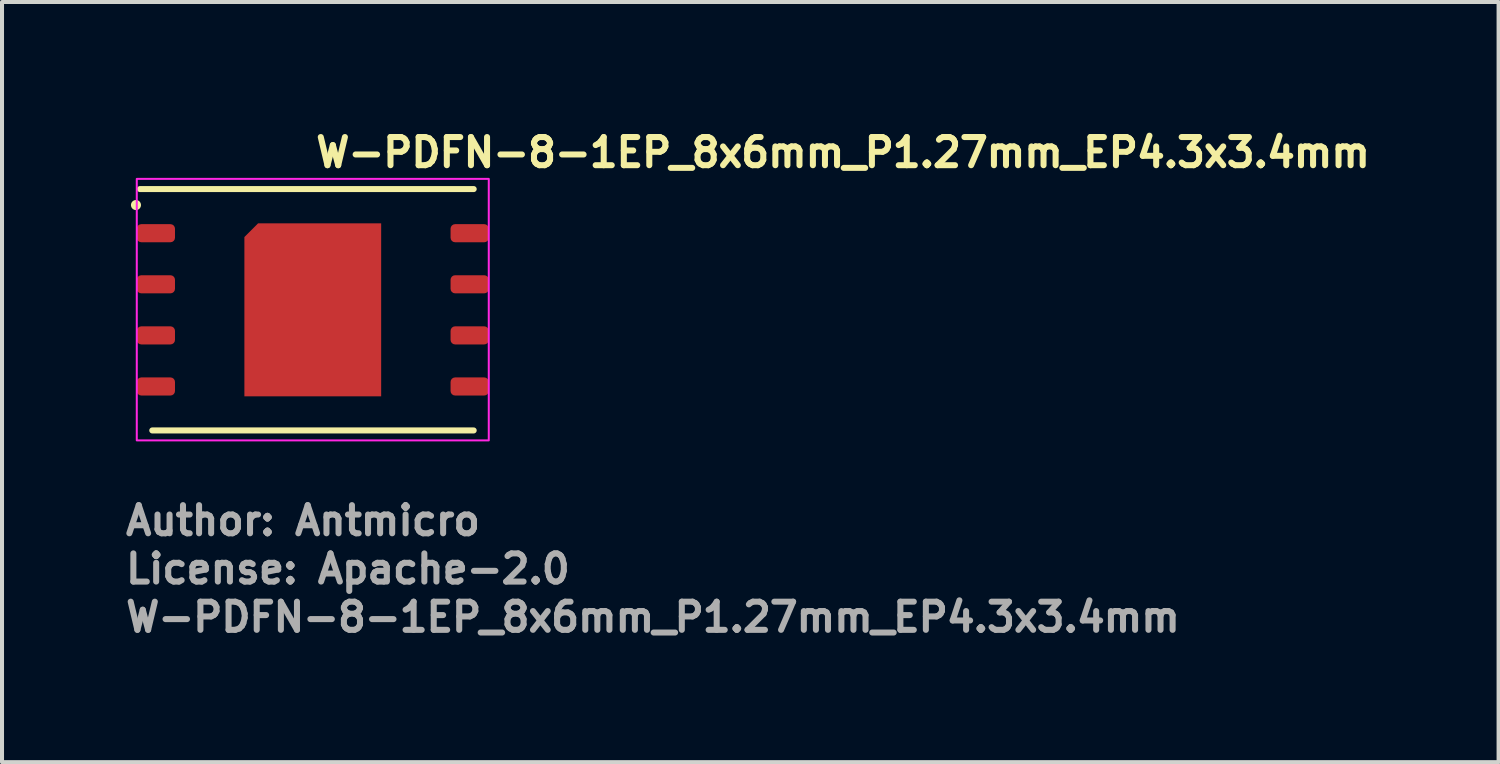
<source format=kicad_pcb>
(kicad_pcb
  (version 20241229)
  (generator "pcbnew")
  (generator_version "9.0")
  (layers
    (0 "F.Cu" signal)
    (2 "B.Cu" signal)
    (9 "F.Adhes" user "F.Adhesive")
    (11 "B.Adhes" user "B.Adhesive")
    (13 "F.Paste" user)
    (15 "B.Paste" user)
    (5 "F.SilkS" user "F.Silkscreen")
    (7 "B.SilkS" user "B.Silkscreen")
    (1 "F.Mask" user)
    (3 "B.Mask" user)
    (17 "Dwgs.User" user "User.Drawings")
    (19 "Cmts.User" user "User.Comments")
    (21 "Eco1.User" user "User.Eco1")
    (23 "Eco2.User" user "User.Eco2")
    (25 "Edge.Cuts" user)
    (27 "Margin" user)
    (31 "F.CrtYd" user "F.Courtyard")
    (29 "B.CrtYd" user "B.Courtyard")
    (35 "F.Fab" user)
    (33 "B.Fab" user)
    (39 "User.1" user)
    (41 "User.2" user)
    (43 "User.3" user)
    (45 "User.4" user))
  (footprint "W-PDFN-8-1EP_8x6mm_P1.27mm_EP4.3x3.4mm"
    (layer "F.Cu")
    (at 4.73 4.647)
    (property "Reference" "W-PDFN-8-1EP_8x6mm_P1.27mm_EP4.3x3.4mm" (at -0.005 -3.497 0) (layer "F.SilkS") (effects (font (size 0.7 0.7) (thickness 0.15)) (justify left bottom)))
    (attr smd)
    (fp_line (start -4.3 -2.997) (end 3.995 -2.997) (stroke (width 0.15) (type solid)) (layer "F.SilkS"))
    (fp_line (start -3.995 3.003) (end 3.995 3.003) (stroke (width 0.15) (type solid)) (layer "F.SilkS"))
    (fp_circle (center -4.4 -2.6) (end -4.35 -2.6) (stroke (width 0.15) (type solid)) (fill yes) (layer "F.SilkS"))
    (fp_rect (start -4.38 -3.25) (end 4.37 3.25) (stroke (width 0.05) (type solid)) (fill no) (layer "F.CrtYd"))
    (fp_line (start -4.005 -2.297) (end -3.305 -2.997) (stroke (width 0.1) (type solid)) (layer "User.5"))
    (fp_rect (start -4.025 -3) (end 4.025 3) (stroke (width 0.1) (type solid)) (fill no) (layer "User.5"))
    (fp_line (start -4.025 -2.105) (end -4.025 -1.705) (stroke (width 0.02) (type solid)) (layer "User.9"))
    (fp_line (start -4.025 -1.705) (end -3.997 -1.705) (stroke (width 0.02) (type solid)) (layer "User.9"))
    (fp_line (start -4.025 -0.835) (end -4.025 -0.435) (stroke (width 0.02) (type solid)) (layer "User.9"))
    (fp_line (start -4.025 -0.435) (end -3.997 -0.435) (stroke (width 0.02) (type solid)) (layer "User.9"))
    (fp_line (start -4.025 0.435) (end -4.025 0.835) (stroke (width 0.02) (type solid)) (layer "User.9"))
    (fp_line (start -4.025 0.835) (end -3.997 0.835) (stroke (width 0.02) (type solid)) (layer "User.9"))
    (fp_line (start -4.025 1.705) (end -4.025 2.105) (stroke (width 0.02) (type solid)) (layer "User.9"))
    (fp_line (start -4.025 2.105) (end -3.997 2.105) (stroke (width 0.02) (type solid)) (layer "User.9"))
    (fp_line (start -3.997 -3) (end -3.997 3) (stroke (width 0.02) (type solid)) (layer "User.9"))
    (fp_line (start -3.997 -2.105) (end -4.025 -2.105) (stroke (width 0.02) (type solid)) (layer "User.9"))
    (fp_line (start -3.997 -0.835) (end -4.025 -0.835) (stroke (width 0.02) (type solid)) (layer "User.9"))
    (fp_line (start -3.997 0.435) (end -4.025 0.435) (stroke (width 0.02) (type solid)) (layer "User.9"))
    (fp_line (start -3.997 1.705) (end -4.025 1.705) (stroke (width 0.02) (type solid)) (layer "User.9"))
    (fp_line (start -3.997 3) (end 4.003 3) (stroke (width 0.02) (type solid)) (layer "User.9"))
    (fp_line (start -3.27 -2.291) (end -3.27 -2.285) (stroke (width 0.02) (type solid)) (layer "User.9"))
    (fp_line (start -3.27 -2.285) (end -3.27 -2.278) (stroke (width 0.02) (type solid)) (layer "User.9"))
    (fp_line (start -3.27 -2.278) (end -3.269 -2.272) (stroke (width 0.02) (type solid)) (layer "User.9"))
    (fp_line (start -3.269 -2.298) (end -3.27 -2.291) (stroke (width 0.02) (type solid)) (layer "User.9"))
    (fp_line (start -3.269 -2.272) (end -3.268 -2.266) (stroke (width 0.02) (type solid)) (layer "User.9"))
    (fp_line (start -3.268 -2.304) (end -3.269 -2.298) (stroke (width 0.02) (type solid)) (layer "User.9"))
    (fp_line (start -3.268 -2.266) (end -3.267 -2.259) (stroke (width 0.02) (type solid)) (layer "User.9"))
    (fp_line (start -3.267 -2.311) (end -3.268 -2.304) (stroke (width 0.02) (type solid)) (layer "User.9"))
    (fp_line (start -3.267 -2.259) (end -3.265 -2.253) (stroke (width 0.02) (type solid)) (layer "User.9"))
    (fp_line (start -3.265 -2.317) (end -3.267 -2.311) (stroke (width 0.02) (type solid)) (layer "User.9"))
    (fp_line (start -3.265 -2.253) (end -3.262 -2.247) (stroke (width 0.02) (type solid)) (layer "User.9"))
    (fp_line (start -3.262 -2.323) (end -3.265 -2.317) (stroke (width 0.02) (type solid)) (layer "User.9"))
    (fp_line (start -3.262 -2.247) (end -3.26 -2.241) (stroke (width 0.02) (type solid)) (layer "User.9"))
    (fp_line (start -3.26 -2.329) (end -3.262 -2.323) (stroke (width 0.02) (type solid)) (layer "User.9"))
    (fp_line (start -3.26 -2.241) (end -3.257 -2.235) (stroke (width 0.02) (type solid)) (layer "User.9"))
    (fp_line (start -3.257 -2.335) (end -3.26 -2.329) (stroke (width 0.02) (type solid)) (layer "User.9"))
    (fp_line (start -3.257 -2.335) (end -3.257 -2.335) (stroke (width 0.02) (type solid)) (layer "User.9"))
    (fp_line (start -3.257 -2.235) (end -3.257 -2.235) (stroke (width 0.02) (type solid)) (layer "User.9"))
    (fp_line (start -3.257 -2.235) (end -3.255 -2.232) (stroke (width 0.02) (type solid)) (layer "User.9"))
    (fp_line (start -3.255 -2.232) (end -3.253 -2.229) (stroke (width 0.02) (type solid)) (layer "User.9"))
    (fp_line (start -3.253 -2.341) (end -3.257 -2.335) (stroke (width 0.02) (type solid)) (layer "User.9"))
    (fp_line (start -3.253 -2.229) (end -3.251 -2.226) (stroke (width 0.02) (type solid)) (layer "User.9"))
    (fp_line (start -3.251 -2.226) (end -3.249 -2.224) (stroke (width 0.02) (type solid)) (layer "User.9"))
    (fp_line (start -3.249 -2.346) (end -3.253 -2.341) (stroke (width 0.02) (type solid)) (layer "User.9"))
    (fp_line (start -3.249 -2.224) (end -3.247 -2.221) (stroke (width 0.02) (type solid)) (layer "User.9"))
    (fp_line (start -3.247 -2.221) (end -3.245 -2.219) (stroke (width 0.02) (type solid)) (layer "User.9"))
    (fp_line (start -3.245 -2.351) (end -3.249 -2.346) (stroke (width 0.02) (type solid)) (layer "User.9"))
    (fp_line (start -3.245 -2.219) (end -3.243 -2.216) (stroke (width 0.02) (type solid)) (layer "User.9"))
    (fp_line (start -3.243 -2.216) (end -3.241 -2.214) (stroke (width 0.02) (type solid)) (layer "User.9"))
    (fp_line (start -3.241 -2.356) (end -3.245 -2.351) (stroke (width 0.02) (type solid)) (layer "User.9"))
    (fp_line (start -3.241 -2.214) (end -3.238 -2.212) (stroke (width 0.02) (type solid)) (layer "User.9"))
    (fp_line (start -3.238 -2.212) (end -3.236 -2.21) (stroke (width 0.02) (type solid)) (layer "User.9"))
    (fp_line (start -3.236 -2.36) (end -3.241 -2.356) (stroke (width 0.02) (type solid)) (layer "User.9"))
    (fp_line (start -3.236 -2.21) (end -3.233 -2.207) (stroke (width 0.02) (type solid)) (layer "User.9"))
    (fp_line (start -3.233 -2.207) (end -3.231 -2.205) (stroke (width 0.02) (type solid)) (layer "User.9"))
    (fp_line (start -3.231 -2.364) (end -3.236 -2.36) (stroke (width 0.02) (type solid)) (layer "User.9"))
    (fp_line (start -3.231 -2.205) (end -3.228 -2.204) (stroke (width 0.02) (type solid)) (layer "User.9"))
    (fp_line (start -3.228 -2.204) (end -3.226 -2.202) (stroke (width 0.02) (type solid)) (layer "User.9"))
    (fp_line (start -3.226 -2.368) (end -3.231 -2.364) (stroke (width 0.02) (type solid)) (layer "User.9"))
    (fp_line (start -3.226 -2.202) (end -3.223 -2.2) (stroke (width 0.02) (type solid)) (layer "User.9"))
    (fp_line (start -3.223 -2.2) (end -3.22 -2.198) (stroke (width 0.02) (type solid)) (layer "User.9"))
    (fp_line (start -3.22 -2.371) (end -3.226 -2.368) (stroke (width 0.02) (type solid)) (layer "User.9"))
    (fp_line (start -3.22 -2.198) (end -3.217 -2.197) (stroke (width 0.02) (type solid)) (layer "User.9"))
    (fp_line (start -3.217 -2.197) (end -3.214 -2.195) (stroke (width 0.02) (type solid)) (layer "User.9"))
    (fp_line (start -3.214 -2.375) (end -3.22 -2.371) (stroke (width 0.02) (type solid)) (layer "User.9"))
    (fp_line (start -3.214 -2.195) (end -3.211 -2.194) (stroke (width 0.02) (type solid)) (layer "User.9"))
    (fp_line (start -3.211 -2.194) (end -3.208 -2.193) (stroke (width 0.02) (type solid)) (layer "User.9"))
    (fp_line (start -3.208 -2.377) (end -3.214 -2.375) (stroke (width 0.02) (type solid)) (layer "User.9"))
    (fp_line (start -3.208 -2.193) (end -3.205 -2.191) (stroke (width 0.02) (type solid)) (layer "User.9"))
    (fp_line (start -3.205 -2.191) (end -3.202 -2.19) (stroke (width 0.02) (type solid)) (layer "User.9"))
    (fp_line (start -3.202 -2.38) (end -3.208 -2.377) (stroke (width 0.02) (type solid)) (layer "User.9"))
    (fp_line (start -3.202 -2.19) (end -3.199 -2.189) (stroke (width 0.02) (type solid)) (layer "User.9"))
    (fp_line (start -3.199 -2.189) (end -3.196 -2.188) (stroke (width 0.02) (type solid)) (layer "User.9"))
    (fp_line (start -3.196 -2.381) (end -3.202 -2.38) (stroke (width 0.02) (type solid)) (layer "User.9"))
    (fp_line (start -3.196 -2.188) (end -3.193 -2.188) (stroke (width 0.02) (type solid)) (layer "User.9"))
    (fp_line (start -3.193 -2.188) (end -3.19 -2.187) (stroke (width 0.02) (type solid)) (layer "User.9"))
    (fp_line (start -3.19 -2.383) (end -3.196 -2.381) (stroke (width 0.02) (type solid)) (layer "User.9"))
    (fp_line (start -3.19 -2.187) (end -3.187 -2.186) (stroke (width 0.02) (type solid)) (layer "User.9"))
    (fp_line (start -3.187 -2.186) (end -3.183 -2.186) (stroke (width 0.02) (type solid)) (layer "User.9"))
    (fp_line (start -3.183 -2.384) (end -3.19 -2.383) (stroke (width 0.02) (type solid)) (layer "User.9"))
    (fp_line (start -3.183 -2.186) (end -3.18 -2.185) (stroke (width 0.02) (type solid)) (layer "User.9"))
    (fp_line (start -3.18 -2.185) (end -3.177 -2.185) (stroke (width 0.02) (type solid)) (layer "User.9"))
    (fp_line (start -3.177 -2.385) (end -3.183 -2.384) (stroke (width 0.02) (type solid)) (layer "User.9"))
    (fp_line (start -3.177 -2.185) (end -3.173 -2.185) (stroke (width 0.02) (type solid)) (layer "User.9"))
    (fp_line (start -3.173 -2.185) (end -3.17 -2.185) (stroke (width 0.02) (type solid)) (layer "User.9"))
    (fp_line (start -3.17 -2.385) (end -3.177 -2.385) (stroke (width 0.02) (type solid)) (layer "User.9"))
    (fp_line (start -3.17 -2.185) (end -3.163 -2.185) (stroke (width 0.02) (type solid)) (layer "User.9"))
    (fp_line (start -3.167 -2.385) (end -3.17 -2.385) (stroke (width 0.02) (type solid)) (layer "User.9"))
    (fp_line (start -3.163 -2.385) (end -3.167 -2.385) (stroke (width 0.02) (type solid)) (layer "User.9"))
    (fp_line (start -3.163 -2.185) (end -3.157 -2.186) (stroke (width 0.02) (type solid)) (layer "User.9"))
    (fp_line (start -3.16 -2.384) (end -3.163 -2.385) (stroke (width 0.02) (type solid)) (layer "User.9"))
    (fp_line (start -3.157 -2.384) (end -3.16 -2.384) (stroke (width 0.02) (type solid)) (layer "User.9"))
    (fp_line (start -3.157 -2.186) (end -3.15 -2.187) (stroke (width 0.02) (type solid)) (layer "User.9"))
    (fp_line (start -3.154 -2.384) (end -3.157 -2.384) (stroke (width 0.02) (type solid)) (layer "User.9"))
    (fp_line (start -3.15 -2.383) (end -3.154 -2.384) (stroke (width 0.02) (type solid)) (layer "User.9"))
    (fp_line (start -3.15 -2.187) (end -3.144 -2.188) (stroke (width 0.02) (type solid)) (layer "User.9"))
    (fp_line (start -3.147 -2.382) (end -3.15 -2.383) (stroke (width 0.02) (type solid)) (layer "User.9"))
    (fp_line (start -3.144 -2.381) (end -3.147 -2.382) (stroke (width 0.02) (type solid)) (layer "User.9"))
    (fp_line (start -3.144 -2.188) (end -3.138 -2.19) (stroke (width 0.02) (type solid)) (layer "User.9"))
    (fp_line (start -3.141 -2.381) (end -3.144 -2.381) (stroke (width 0.02) (type solid)) (layer "User.9"))
    (fp_line (start -3.138 -2.38) (end -3.141 -2.381) (stroke (width 0.02) (type solid)) (layer "User.9"))
    (fp_line (start -3.138 -2.19) (end -3.132 -2.193) (stroke (width 0.02) (type solid)) (layer "User.9"))
    (fp_line (start -3.135 -2.378) (end -3.138 -2.38) (stroke (width 0.02) (type solid)) (layer "User.9"))
    (fp_line (start -3.132 -2.377) (end -3.135 -2.378) (stroke (width 0.02) (type solid)) (layer "User.9"))
    (fp_line (start -3.132 -2.193) (end -3.126 -2.195) (stroke (width 0.02) (type solid)) (layer "User.9"))
    (fp_line (start -3.129 -2.376) (end -3.132 -2.377) (stroke (width 0.02) (type solid)) (layer "User.9"))
    (fp_line (start -3.126 -2.375) (end -3.129 -2.376) (stroke (width 0.02) (type solid)) (layer "User.9"))
    (fp_line (start -3.126 -2.195) (end -3.12 -2.198) (stroke (width 0.02) (type solid)) (layer "User.9"))
    (fp_line (start -3.123 -2.373) (end -3.126 -2.375) (stroke (width 0.02) (type solid)) (layer "User.9"))
    (fp_line (start -3.12 -2.371) (end -3.123 -2.373) (stroke (width 0.02) (type solid)) (layer "User.9"))
    (fp_line (start -3.12 -2.198) (end -3.115 -2.202) (stroke (width 0.02) (type solid)) (layer "User.9"))
    (fp_line (start -3.117 -2.37) (end -3.12 -2.371) (stroke (width 0.02) (type solid)) (layer "User.9"))
    (fp_line (start -3.115 -2.368) (end -3.117 -2.37) (stroke (width 0.02) (type solid)) (layer "User.9"))
    (fp_line (start -3.115 -2.202) (end -3.109 -2.205) (stroke (width 0.02) (type solid)) (layer "User.9"))
    (fp_line (start -3.112 -2.366) (end -3.115 -2.368) (stroke (width 0.02) (type solid)) (layer "User.9"))
    (fp_line (start -3.109 -2.364) (end -3.112 -2.366) (stroke (width 0.02) (type solid)) (layer "User.9"))
    (fp_line (start -3.109 -2.205) (end -3.104 -2.21) (stroke (width 0.02) (type solid)) (layer "User.9"))
    (fp_line (start -3.107 -2.362) (end -3.109 -2.364) (stroke (width 0.02) (type solid)) (layer "User.9"))
    (fp_line (start -3.104 -2.36) (end -3.107 -2.362) (stroke (width 0.02) (type solid)) (layer "User.9"))
    (fp_line (start -3.104 -2.21) (end -3.099 -2.214) (stroke (width 0.02) (type solid)) (layer "User.9"))
    (fp_line (start -3.102 -2.358) (end -3.104 -2.36) (stroke (width 0.02) (type solid)) (layer "User.9"))
    (fp_line (start -3.099 -2.356) (end -3.102 -2.358) (stroke (width 0.02) (type solid)) (layer "User.9"))
    (fp_line (start -3.099 -2.214) (end -3.095 -2.219) (stroke (width 0.02) (type solid)) (layer "User.9"))
    (fp_line (start -3.097 -2.353) (end -3.099 -2.356) (stroke (width 0.02) (type solid)) (layer "User.9"))
    (fp_line (start -3.095 -2.351) (end -3.097 -2.353) (stroke (width 0.02) (type solid)) (layer "User.9"))
    (fp_line (start -3.095 -2.219) (end -3.091 -2.224) (stroke (width 0.02) (type solid)) (layer "User.9"))
    (fp_line (start -3.093 -2.348) (end -3.095 -2.351) (stroke (width 0.02) (type solid)) (layer "User.9"))
    (fp_line (start -3.091 -2.346) (end -3.093 -2.348) (stroke (width 0.02) (type solid)) (layer "User.9"))
    (fp_line (start -3.091 -2.224) (end -3.087 -2.229) (stroke (width 0.02) (type solid)) (layer "User.9"))
    (fp_line (start -3.089 -2.343) (end -3.091 -2.346) (stroke (width 0.02) (type solid)) (layer "User.9"))
    (fp_line (start -3.087 -2.341) (end -3.089 -2.343) (stroke (width 0.02) (type solid)) (layer "User.9"))
    (fp_line (start -3.087 -2.229) (end -3.083 -2.235) (stroke (width 0.02) (type solid)) (layer "User.9"))
    (fp_line (start -3.085 -2.338) (end -3.087 -2.341) (stroke (width 0.02) (type solid)) (layer "User.9"))
    (fp_line (start -3.083 -2.335) (end -3.085 -2.338) (stroke (width 0.02) (type solid)) (layer "User.9"))
    (fp_line (start -3.083 -2.335) (end -3.083 -2.335) (stroke (width 0.02) (type solid)) (layer "User.9"))
    (fp_line (start -3.083 -2.235) (end -3.083 -2.235) (stroke (width 0.02) (type solid)) (layer "User.9"))
    (fp_line (start -3.083 -2.235) (end -3.08 -2.241) (stroke (width 0.02) (type solid)) (layer "User.9"))
    (fp_line (start -3.08 -2.329) (end -3.083 -2.335) (stroke (width 0.02) (type solid)) (layer "User.9"))
    (fp_line (start -3.08 -2.241) (end -3.078 -2.247) (stroke (width 0.02) (type solid)) (layer "User.9"))
    (fp_line (start -3.078 -2.323) (end -3.08 -2.329) (stroke (width 0.02) (type solid)) (layer "User.9"))
    (fp_line (start -3.078 -2.247) (end -3.075 -2.253) (stroke (width 0.02) (type solid)) (layer "User.9"))
    (fp_line (start -3.075 -2.317) (end -3.078 -2.323) (stroke (width 0.02) (type solid)) (layer "User.9"))
    (fp_line (start -3.075 -2.253) (end -3.073 -2.259) (stroke (width 0.02) (type solid)) (layer "User.9"))
    (fp_line (start -3.073 -2.311) (end -3.075 -2.317) (stroke (width 0.02) (type solid)) (layer "User.9"))
    (fp_line (start -3.073 -2.259) (end -3.072 -2.266) (stroke (width 0.02) (type solid)) (layer "User.9"))
    (fp_line (start -3.072 -2.304) (end -3.073 -2.311) (stroke (width 0.02) (type solid)) (layer "User.9"))
    (fp_line (start -3.072 -2.266) (end -3.071 -2.272) (stroke (width 0.02) (type solid)) (layer "User.9"))
    (fp_line (start -3.071 -2.298) (end -3.072 -2.304) (stroke (width 0.02) (type solid)) (layer "User.9"))
    (fp_line (start -3.071 -2.272) (end -3.07 -2.278) (stroke (width 0.02) (type solid)) (layer "User.9"))
    (fp_line (start -3.07 -2.291) (end -3.071 -2.298) (stroke (width 0.02) (type solid)) (layer "User.9"))
    (fp_line (start -3.07 -2.285) (end -3.07 -2.291) (stroke (width 0.02) (type solid)) (layer "User.9"))
    (fp_line (start -3.07 -2.278) (end -3.07 -2.285) (stroke (width 0.02) (type solid)) (layer "User.9"))
    (fp_line (start 4.003 -3) (end -3.997 -3) (stroke (width 0.02) (type solid)) (layer "User.9"))
    (fp_line (start 4.003 -1.705) (end 4.025 -1.705) (stroke (width 0.02) (type solid)) (layer "User.9"))
    (fp_line (start 4.003 -0.435) (end 4.025 -0.435) (stroke (width 0.02) (type solid)) (layer "User.9"))
    (fp_line (start 4.003 0.835) (end 4.025 0.835) (stroke (width 0.02) (type solid)) (layer "User.9"))
    (fp_line (start 4.003 2.105) (end 4.025 2.105) (stroke (width 0.02) (type solid)) (layer "User.9"))
    (fp_line (start 4.003 3) (end 4.003 -3) (stroke (width 0.02) (type solid)) (layer "User.9"))
    (fp_line (start 4.025 -2.105) (end 4.003 -2.105) (stroke (width 0.02) (type solid)) (layer "User.9"))
    (fp_line (start 4.025 -1.705) (end 4.025 -2.105) (stroke (width 0.02) (type solid)) (layer "User.9"))
    (fp_line (start 4.025 -0.835) (end 4.003 -0.835) (stroke (width 0.02) (type solid)) (layer "User.9"))
    (fp_line (start 4.025 -0.435) (end 4.025 -0.835) (stroke (width 0.02) (type solid)) (layer "User.9"))
    (fp_line (start 4.025 0.435) (end 4.003 0.435) (stroke (width 0.02) (type solid)) (layer "User.9"))
    (fp_line (start 4.025 0.835) (end 4.025 0.435) (stroke (width 0.02) (type solid)) (layer "User.9"))
    (fp_line (start 4.025 1.705) (end 4.003 1.705) (stroke (width 0.02) (type solid)) (layer "User.9"))
    (fp_line (start 4.025 2.105) (end 4.025 1.705) (stroke (width 0.02) (type solid)) (layer "User.9"))
    (fp_text user "${REFERENCE}" (at -4.73 8.053 0) (layer "F.Fab") (effects (font (size 0.7 0.7) (thickness 0.15)) (justify left bottom)))
    (fp_text user "Author: Antmicro" (at -4.73 5.653 0) (layer "F.Fab") (effects (font (size 0.7 0.7) (thickness 0.15)) (justify left bottom)))
    (fp_text user "License: Apache-2.0" (at -4.73 6.853 0) (layer "F.Fab") (effects (font (size 0.7 0.7) (thickness 0.15)) (justify left bottom)))
    (pad "" smd rect (at -1.03 -1.47 270) (size 0.8 0.8) (layers "F.Paste"))
    (pad "" smd rect (at -1.03 -0.47 270) (size 0.8 0.8) (layers "F.Paste"))
    (pad "" smd rect (at -1.03 0.53 270) (size 0.8 0.8) (layers "F.Paste"))
    (pad "" smd rect (at -1.03 1.53 270) (size 0.8 0.8) (layers "F.Paste"))
    (pad "" smd rect (at -0.03 -1.47 270) (size 0.8 0.8) (layers "F.Paste"))
    (pad "" smd rect (at -0.03 -0.47 270) (size 0.8 0.8) (layers "F.Paste"))
    (pad "" smd rect (at -0.03 0.53 270) (size 0.8 0.8) (layers "F.Paste"))
    (pad "" smd rect (at -0.03 1.53 270) (size 0.8 0.8) (layers "F.Paste"))
    (pad "" smd rect (at 0.97 -1.47 270) (size 0.8 0.8) (layers "F.Paste"))
    (pad "" smd rect (at 0.97 -0.47 270) (size 0.8 0.8) (layers "F.Paste"))
    (pad "" smd rect (at 0.97 0.53 270) (size 0.8 0.8) (layers "F.Paste"))
    (pad "" smd rect (at 0.97 1.53 270) (size 0.8 0.8) (layers "F.Paste"))
    (pad "1" smd roundrect (at -3.905 -1.9 270) (size 0.45 0.95) (layers "F.Cu" "F.Mask" "F.Paste") (roundrect_rratio 0.25))
    (pad "2" smd roundrect (at -3.905 -0.63 270) (size 0.45 0.95) (layers "F.Cu" "F.Mask" "F.Paste") (roundrect_rratio 0.25))
    (pad "3" smd roundrect (at -3.905 0.64 270) (size 0.45 0.95) (layers "F.Cu" "F.Mask" "F.Paste") (roundrect_rratio 0.25))
    (pad "4" smd roundrect (at -3.905 1.91 270) (size 0.45 0.95) (layers "F.Cu" "F.Mask" "F.Paste") (roundrect_rratio 0.25))
    (pad "5" smd roundrect (at 3.895 1.91 270) (size 0.45 0.95) (layers "F.Cu" "F.Mask" "F.Paste") (roundrect_rratio 0.25))
    (pad "6" smd roundrect (at 3.895 0.64 270) (size 0.45 0.95) (layers "F.Cu" "F.Mask" "F.Paste") (roundrect_rratio 0.25))
    (pad "7" smd roundrect (at 3.895 -0.63 270) (size 0.45 0.95) (layers "F.Cu" "F.Mask" "F.Paste") (roundrect_rratio 0.25))
    (pad "8" smd roundrect (at 3.895 -1.9 270) (size 0.45 0.95) (layers "F.Cu" "F.Mask" "F.Paste") (roundrect_rratio 0.25))
    (pad "9" smd roundrect (at -0.005 0.005 270) (size 4.3 3.4) (layers "F.Cu" "F.Mask") (roundrect_rratio 0) (chamfer_ratio 0.1) (chamfer bottom_left)))
  (gr_rect
    (start -3 -3)
    (end 34.202 15.896)
    (stroke (width 0.1) (type default))
    (fill no)
    (layer "Edge.Cuts")))
</source>
